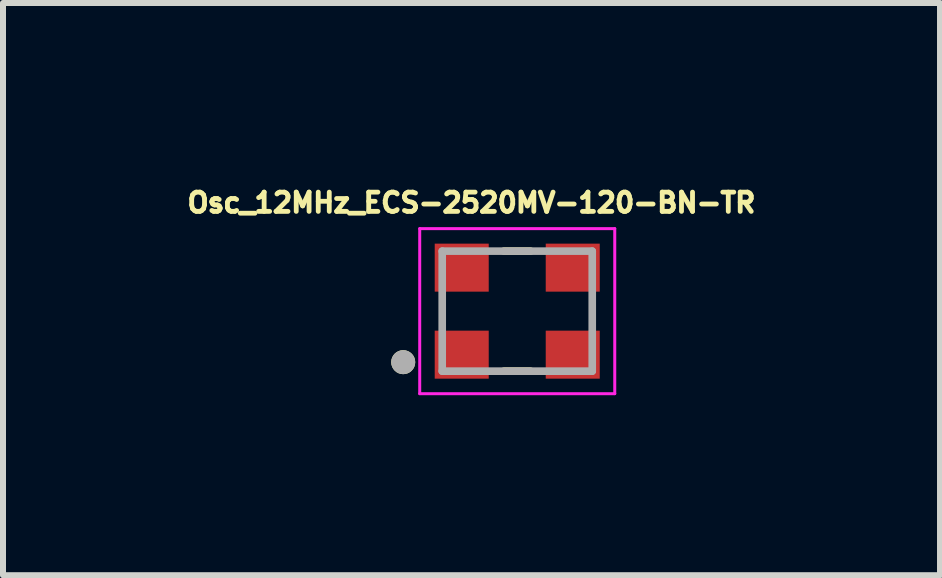
<source format=kicad_pcb>
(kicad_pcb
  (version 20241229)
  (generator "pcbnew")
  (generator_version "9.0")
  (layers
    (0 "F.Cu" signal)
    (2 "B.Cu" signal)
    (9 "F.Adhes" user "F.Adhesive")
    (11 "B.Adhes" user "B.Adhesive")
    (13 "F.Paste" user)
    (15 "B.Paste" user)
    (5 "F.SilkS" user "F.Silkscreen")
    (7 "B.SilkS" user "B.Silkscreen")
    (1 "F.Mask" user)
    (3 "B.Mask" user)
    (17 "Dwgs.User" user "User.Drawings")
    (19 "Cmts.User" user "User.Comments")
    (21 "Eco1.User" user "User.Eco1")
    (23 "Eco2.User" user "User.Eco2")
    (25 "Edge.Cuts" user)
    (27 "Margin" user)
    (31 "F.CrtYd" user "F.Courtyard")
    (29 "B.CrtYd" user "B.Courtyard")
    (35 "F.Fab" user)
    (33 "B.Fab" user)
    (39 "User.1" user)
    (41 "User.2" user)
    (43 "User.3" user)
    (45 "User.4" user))
  (footprint "Osc_12MHz_ECS-2520MV-120-BN-TR"
    (layer "F.Cu")
    (at 5.569 2.135)
    (property "Reference" "Osc_12MHz_ECS-2520MV-120-BN-TR" (at -0.763 -1.807 0) (layer "F.SilkS") (effects (font (size 0.321 0.321) (thickness 0.15))))
    (attr through_hole)
    (fp_line (start -0.221 -1) (end 0.221 -1) (stroke (width 0.127) (type solid)) (layer "F.SilkS"))
    (fp_line (start -0.221 1) (end 0.221 1) (stroke (width 0.127) (type solid)) (layer "F.SilkS"))
    (fp_circle (center -1.9 0.85) (end -1.8 0.85) (stroke (width 0.2) (type solid)) (fill no) (layer "F.SilkS"))
    (fp_line (start -1.625 -1.375) (end 1.625 -1.375) (stroke (width 0.05) (type solid)) (layer "F.CrtYd"))
    (fp_line (start -1.625 1.375) (end -1.625 -1.375) (stroke (width 0.05) (type solid)) (layer "F.CrtYd"))
    (fp_line (start 1.625 -1.375) (end 1.625 1.375) (stroke (width 0.05) (type solid)) (layer "F.CrtYd"))
    (fp_line (start 1.625 1.375) (end -1.625 1.375) (stroke (width 0.05) (type solid)) (layer "F.CrtYd"))
    (fp_line (start -1.25 -1) (end 1.25 -1) (stroke (width 0.127) (type solid)) (layer "F.Fab"))
    (fp_line (start -1.25 1) (end -1.25 -1) (stroke (width 0.127) (type solid)) (layer "F.Fab"))
    (fp_line (start 1.25 -1) (end 1.25 1) (stroke (width 0.127) (type solid)) (layer "F.Fab"))
    (fp_line (start 1.25 1) (end -1.25 1) (stroke (width 0.127) (type solid)) (layer "F.Fab"))
    (fp_circle (center -1.9 0.85) (end -1.8 0.85) (stroke (width 0.2) (type solid)) (fill no) (layer "F.Fab"))
    (pad "1" smd rect (at -0.925 0.725) (size 0.9 0.8) (layers "F.Cu" "F.Mask" "F.Paste"))
    (pad "2" smd rect (at 0.925 0.725) (size 0.9 0.8) (layers "F.Cu" "F.Mask" "F.Paste"))
    (pad "3" smd rect (at 0.925 -0.725) (size 0.9 0.8) (layers "F.Cu" "F.Mask" "F.Paste"))
    (pad "4" smd rect (at -0.925 -0.725) (size 0.9 0.8) (layers "F.Cu" "F.Mask" "F.Paste")))
  (gr_rect
    (start -3 -3)
    (end 12.614 6.535)
    (stroke (width 0.1) (type default))
    (fill no)
    (layer "Edge.Cuts")))
</source>
